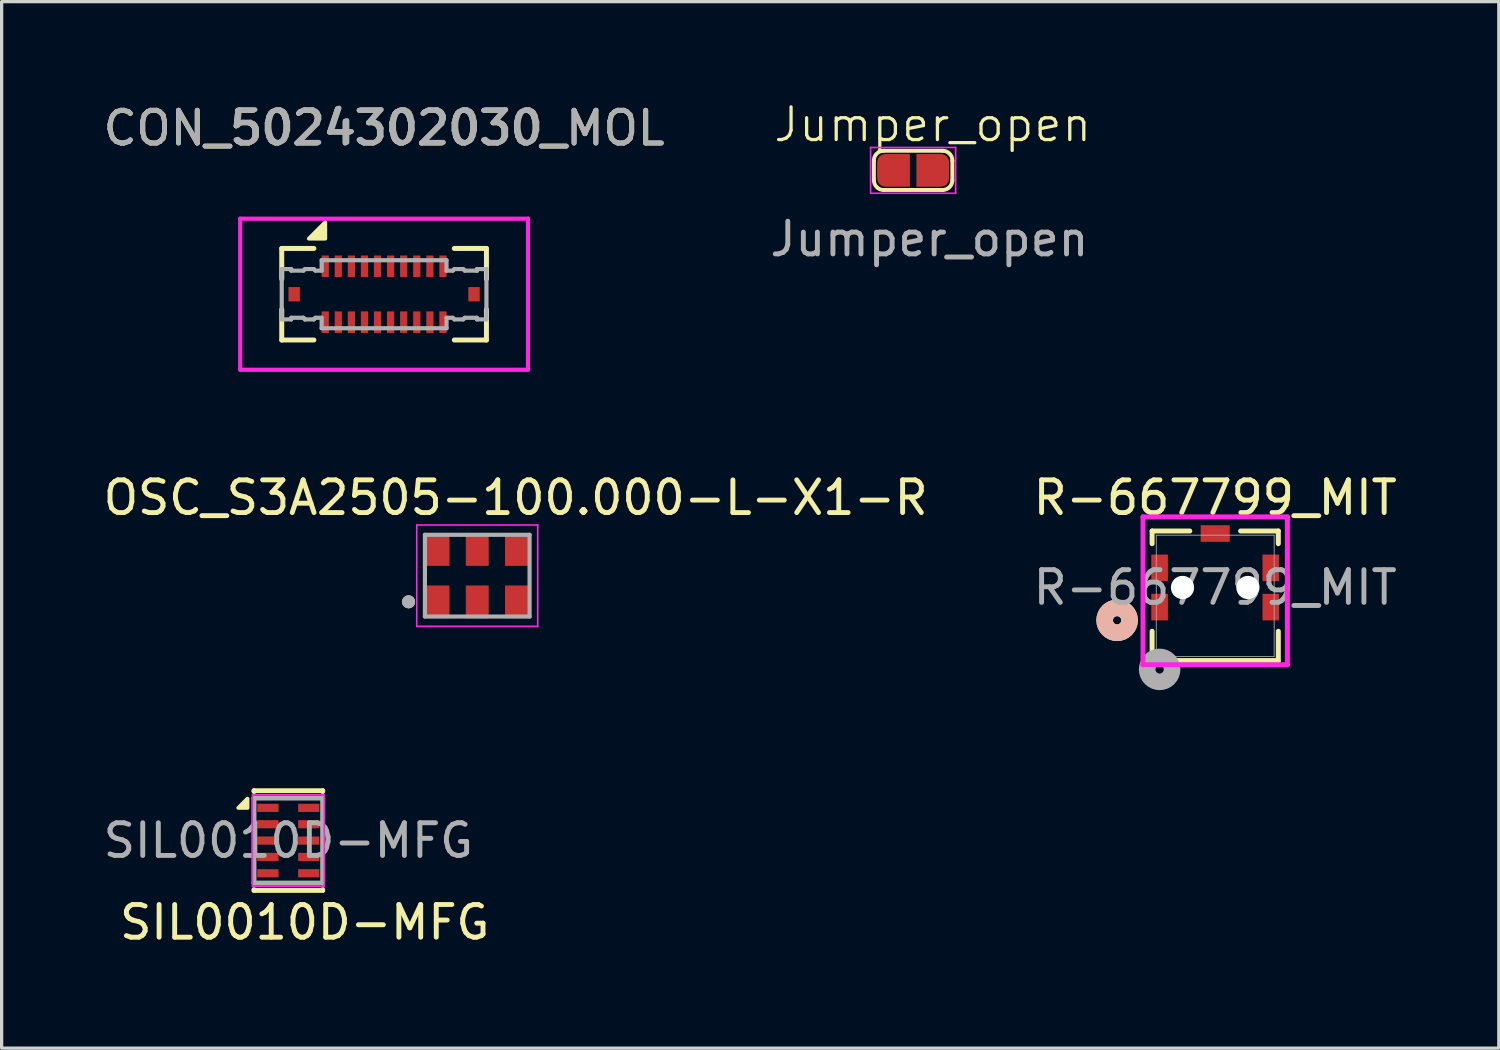
<source format=kicad_pcb>
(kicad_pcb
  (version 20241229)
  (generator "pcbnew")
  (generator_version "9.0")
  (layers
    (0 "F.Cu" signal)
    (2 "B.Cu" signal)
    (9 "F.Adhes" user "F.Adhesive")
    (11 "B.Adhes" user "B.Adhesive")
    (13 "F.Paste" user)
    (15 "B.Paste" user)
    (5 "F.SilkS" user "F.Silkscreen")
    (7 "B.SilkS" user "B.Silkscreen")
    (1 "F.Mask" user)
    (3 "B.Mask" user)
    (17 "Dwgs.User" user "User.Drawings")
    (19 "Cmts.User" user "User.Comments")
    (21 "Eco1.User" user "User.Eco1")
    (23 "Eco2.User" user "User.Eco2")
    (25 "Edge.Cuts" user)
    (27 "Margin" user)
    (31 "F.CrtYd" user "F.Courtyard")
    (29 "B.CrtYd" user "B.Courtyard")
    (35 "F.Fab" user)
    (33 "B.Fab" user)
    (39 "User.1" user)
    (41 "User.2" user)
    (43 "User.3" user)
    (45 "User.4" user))
  (footprint "Jumper_open"
    (layer "F.Cu")
    (at 24.875 2.16)
    (property "Reference" "Jumper_open" (at 0.6 -1.4 0) (unlocked yes) (layer "F.SilkS") (effects (font (size 1 1) (thickness 0.1))))
    (attr smd)
    (fp_rect (start -0.1 -0.5) (end 0.1 0.5) (stroke (width 0.01) (type solid)) (fill yes) (layer "F.Mask"))
    (fp_line (start -1.2 0.3) (end -1.2 -0.3) (stroke (width 0.12) (type solid)) (layer "F.SilkS"))
    (fp_line (start -0.9 -0.6) (end 0.9 -0.6) (stroke (width 0.12) (type solid)) (layer "F.SilkS"))
    (fp_line (start -0.9 0.6) (end 0.9 0.6) (stroke (width 0.12) (type solid)) (layer "F.SilkS"))
    (fp_line (start 1.2 -0.3) (end 1.2 0.3) (stroke (width 0.12) (type solid)) (layer "F.SilkS"))
    (fp_arc (start -1.2 -0.3) (mid -1.112132 -0.512132) (end -0.9 -0.6) (stroke (width 0.12) (type solid)) (layer "F.SilkS"))
    (fp_arc (start -0.9 0.6) (mid -1.112132 0.512132) (end -1.2 0.3) (stroke (width 0.12) (type solid)) (layer "F.SilkS"))
    (fp_arc (start 0.9 -0.6) (mid 1.112132 -0.512132) (end 1.2 -0.3) (stroke (width 0.12) (type solid)) (layer "F.SilkS"))
    (fp_arc (start 1.2 0.3) (mid 1.112132 0.512132) (end 0.9 0.6) (stroke (width 0.12) (type solid)) (layer "F.SilkS"))
    (fp_line (start -1.3 -0.7) (end -1.3 0.7) (stroke (width 0.05) (type solid)) (layer "F.CrtYd"))
    (fp_line (start -1.3 -0.7) (end 1.3 -0.7) (stroke (width 0.05) (type solid)) (layer "F.CrtYd"))
    (fp_line (start 1.3 0.7) (end -1.3 0.7) (stroke (width 0.05) (type solid)) (layer "F.CrtYd"))
    (fp_line (start 1.3 0.7) (end 1.3 -0.7) (stroke (width 0.05) (type solid)) (layer "F.CrtYd"))
    (fp_text user "${REFERENCE}" (at 0.5 2.1 0) (unlocked yes) (layer "F.Fab") (effects (font (size 1 1) (thickness 0.15))))
    (pad "1" smd roundrect (at -0.6 0) (size 1 1) (layers "F.Cu" "F.Mask") (roundrect_rratio 0.25) (chamfer_ratio 0) (chamfer top_right bottom_right))
    (pad "2" smd roundrect (at 0.6 0 180) (size 1 1) (layers "F.Cu" "F.Mask") (roundrect_rratio 0.25) (chamfer_ratio 0) (chamfer top_right bottom_right)))
  (footprint "SIL0010D-MFG"
    (layer "F.Cu")
    (at 5.768 22.656)
    (property "Reference" "SIL0010D-MFG" (at 0.5 2.5 0) (unlocked yes) (layer "F.SilkS") (effects (font (size 1 1) (thickness 0.15))))
    (attr smd)
    (fp_line (start -1.05 -1.525) (end 1.05 -1.525) (stroke (width 0.15) (type solid)) (layer "F.SilkS"))
    (fp_line (start -1.05 -1.5) (end -1.05 -1.525) (stroke (width 0.15) (type solid)) (layer "F.SilkS"))
    (fp_line (start -1.05 1.525) (end -1.05 1.5) (stroke (width 0.15) (type solid)) (layer "F.SilkS"))
    (fp_line (start -1.05 1.525) (end 1.05 1.525) (stroke (width 0.15) (type solid)) (layer "F.SilkS"))
    (fp_line (start 1.05 -1.5) (end 1.05 -1.525) (stroke (width 0.15) (type solid)) (layer "F.SilkS"))
    (fp_line (start 1.05 1.525) (end 1.05 1.5) (stroke (width 0.15) (type solid)) (layer "F.SilkS"))
    (fp_poly (pts (xy -1.25 -1) (xy -1.53 -1) (xy -1.25 -1.28) (xy -1.25 -1)) (stroke (width 0.12) (type solid)) (fill yes) (layer "F.SilkS"))
    (fp_rect (start -1.1 -1.4) (end 1.1 1.4) (stroke (width 0.05) (type default)) (fill no) (layer "F.CrtYd"))
    (fp_line (start -1.05 -1.3) (end 1.05 -1.3) (stroke (width 0.15) (type solid)) (layer "F.Fab"))
    (fp_line (start -1.05 1.3) (end -1.05 -1.3) (stroke (width 0.15) (type solid)) (layer "F.Fab"))
    (fp_line (start -1.05 1.3) (end 1.05 1.3) (stroke (width 0.15) (type solid)) (layer "F.Fab"))
    (fp_line (start 1.05 1.3) (end 1.05 -1.3) (stroke (width 0.15) (type solid)) (layer "F.Fab"))
    (fp_text user "${REFERENCE}" (at 0 0 0) (unlocked yes) (layer "F.Fab") (effects (font (size 1 1) (thickness 0.15))))
    (pad "1" smd rect (at -0.625 -1) (size 0.65 0.25) (layers "F.Cu" "F.Mask" "F.Paste"))
    (pad "2" smd rect (at -0.625 -0.5) (size 0.65 0.25) (layers "F.Cu" "F.Mask" "F.Paste"))
    (pad "3" smd rect (at -0.625 0) (size 0.65 0.25) (layers "F.Cu" "F.Mask" "F.Paste"))
    (pad "4" smd rect (at -0.625 0.5) (size 0.65 0.25) (layers "F.Cu" "F.Mask" "F.Paste"))
    (pad "5" smd rect (at -0.625 1) (size 0.65 0.25) (layers "F.Cu" "F.Mask" "F.Paste"))
    (pad "6" smd rect (at 0.625 1) (size 0.65 0.25) (layers "F.Cu" "F.Mask" "F.Paste"))
    (pad "7" smd rect (at 0.625 0.5) (size 0.65 0.25) (layers "F.Cu" "F.Mask" "F.Paste"))
    (pad "8" smd rect (at 0.625 0) (size 0.65 0.25) (layers "F.Cu" "F.Mask" "F.Paste"))
    (pad "9" smd rect (at 0.625 -0.5) (size 0.65 0.25) (layers "F.Cu" "F.Mask" "F.Paste"))
    (pad "10" smd rect (at 0.625 -1) (size 0.65 0.25) (layers "F.Cu" "F.Mask" "F.Paste")))
  (footprint "CON_5024302030_MOL"
    (layer "F.Cu")
    (at 8.696 5.948)
    (property "Reference" "CON_5024302030_MOL" (at 0 -5.08 0) (unlocked yes) (layer "F.SilkS") (effects (font (size 1 1) (thickness 0.15))))
    (attr smd)
    (fp_line (start -3.13 -1.4) (end -2.147 -1.4) (stroke (width 0.152) (type solid)) (layer "F.SilkS"))
    (fp_line (start -3.13 -0.466) (end -3.13 -1.4) (stroke (width 0.152) (type solid)) (layer "F.SilkS"))
    (fp_line (start -3.13 1.4) (end -3.13 0.466) (stroke (width 0.152) (type solid)) (layer "F.SilkS"))
    (fp_line (start -2.147 1.4) (end -3.13 1.4) (stroke (width 0.152) (type solid)) (layer "F.SilkS"))
    (fp_line (start 2.147 -1.4) (end 3.13 -1.4) (stroke (width 0.152) (type solid)) (layer "F.SilkS"))
    (fp_line (start 3.13 -1.4) (end 3.13 -0.466) (stroke (width 0.152) (type solid)) (layer "F.SilkS"))
    (fp_line (start 3.13 0.466) (end 3.13 1.4) (stroke (width 0.152) (type solid)) (layer "F.SilkS"))
    (fp_line (start 3.13 1.4) (end 2.147 1.4) (stroke (width 0.152) (type solid)) (layer "F.SilkS"))
    (fp_poly (pts (xy -1.8 -1.7) (xy -2.3 -1.7) (xy -1.8 -2.2) (xy -1.8 -1.7)) (stroke (width 0.12) (type solid)) (fill yes) (layer "F.SilkS"))
    (fp_line (start -4.4 -2.31) (end -4.4 2.31) (stroke (width 0.127) (type solid)) (layer "F.CrtYd"))
    (fp_line (start -4.4 2.31) (end 4.4 2.31) (stroke (width 0.127) (type solid)) (layer "F.CrtYd"))
    (fp_line (start 4.4 -2.31) (end -4.4 -2.31) (stroke (width 0.127) (type solid)) (layer "F.CrtYd"))
    (fp_line (start 4.4 2.31) (end 4.4 -2.31) (stroke (width 0.127) (type solid)) (layer "F.CrtYd"))
    (fp_line (start -3.13 -0.77) (end -2.84 -0.77) (stroke (width 0.127) (type solid)) (layer "F.Fab"))
    (fp_line (start -3.13 0.77) (end -3.13 -0.77) (stroke (width 0.127) (type solid)) (layer "F.Fab"))
    (fp_line (start -2.841 0.72) (end -2.841 0.77) (stroke (width 0.127) (type solid)) (layer "F.Fab"))
    (fp_line (start -2.841 0.77) (end -3.13 0.77) (stroke (width 0.127) (type solid)) (layer "F.Fab"))
    (fp_line (start -2.84 -0.77) (end -2.84 -0.72) (stroke (width 0.127) (type solid)) (layer "F.Fab"))
    (fp_line (start -2.84 -0.72) (end -2.469 -0.72) (stroke (width 0.127) (type solid)) (layer "F.Fab"))
    (fp_line (start -2.47 0.72) (end -2.841 0.72) (stroke (width 0.127) (type solid)) (layer "F.Fab"))
    (fp_line (start -2.469 -0.72) (end -2.419 -0.77) (stroke (width 0.127) (type solid)) (layer "F.Fab"))
    (fp_line (start -2.42 0.77) (end -2.47 0.72) (stroke (width 0.127) (type solid)) (layer "F.Fab"))
    (fp_line (start -2.42 0.77) (end -2.47 0.72) (stroke (width 0.127) (type solid)) (layer "F.Fab"))
    (fp_line (start -2.419 -0.77) (end -2.149 -0.77) (stroke (width 0.127) (type solid)) (layer "F.Fab"))
    (fp_line (start -2.15 0.77) (end -2.42 0.77) (stroke (width 0.127) (type solid)) (layer "F.Fab"))
    (fp_line (start -2.149 -0.77) (end -2.099 -0.72) (stroke (width 0.127) (type solid)) (layer "F.Fab"))
    (fp_line (start -2.1 0.72) (end -2.15 0.77) (stroke (width 0.127) (type solid)) (layer "F.Fab"))
    (fp_line (start -2.099 -0.72) (end -1.909 -0.72) (stroke (width 0.127) (type solid)) (layer "F.Fab"))
    (fp_line (start -1.91 0.72) (end -2.1 0.72) (stroke (width 0.127) (type solid)) (layer "F.Fab"))
    (fp_line (start -1.91 1.04) (end -1.91 0.72) (stroke (width 0.127) (type solid)) (layer "F.Fab"))
    (fp_line (start -1.909 -1.04) (end 1.909 -1.04) (stroke (width 0.127) (type solid)) (layer "F.Fab"))
    (fp_line (start -1.909 -0.72) (end -1.909 -1.04) (stroke (width 0.127) (type solid)) (layer "F.Fab"))
    (fp_line (start 1.909 -1.04) (end 1.909 -0.72) (stroke (width 0.127) (type solid)) (layer "F.Fab"))
    (fp_line (start 1.909 -0.72) (end 2.099 -0.72) (stroke (width 0.127) (type solid)) (layer "F.Fab"))
    (fp_line (start 1.91 0.72) (end 1.91 1.04) (stroke (width 0.127) (type solid)) (layer "F.Fab"))
    (fp_line (start 1.91 1.04) (end -1.91 1.04) (stroke (width 0.127) (type solid)) (layer "F.Fab"))
    (fp_line (start 2.099 -0.72) (end 2.149 -0.77) (stroke (width 0.127) (type solid)) (layer "F.Fab"))
    (fp_line (start 2.1 0.72) (end 1.91 0.72) (stroke (width 0.127) (type solid)) (layer "F.Fab"))
    (fp_line (start 2.149 -0.77) (end 2.419 -0.77) (stroke (width 0.127) (type solid)) (layer "F.Fab"))
    (fp_line (start 2.15 0.77) (end 2.1 0.72) (stroke (width 0.127) (type solid)) (layer "F.Fab"))
    (fp_line (start 2.419 -0.77) (end 2.469 -0.72) (stroke (width 0.127) (type solid)) (layer "F.Fab"))
    (fp_line (start 2.42 0.77) (end 2.15 0.77) (stroke (width 0.127) (type solid)) (layer "F.Fab"))
    (fp_line (start 2.469 -0.72) (end 2.84 -0.72) (stroke (width 0.127) (type solid)) (layer "F.Fab"))
    (fp_line (start 2.47 0.72) (end 2.42 0.77) (stroke (width 0.127) (type solid)) (layer "F.Fab"))
    (fp_line (start 2.84 -0.77) (end 3.13 -0.77) (stroke (width 0.127) (type solid)) (layer "F.Fab"))
    (fp_line (start 2.84 -0.72) (end 2.84 -0.77) (stroke (width 0.127) (type solid)) (layer "F.Fab"))
    (fp_line (start 2.84 -0.72) (end 2.84 -0.72) (stroke (width 0.127) (type solid)) (layer "F.Fab"))
    (fp_line (start 2.84 0.72) (end 2.47 0.72) (stroke (width 0.127) (type solid)) (layer "F.Fab"))
    (fp_line (start 2.84 0.77) (end 2.84 0.72) (stroke (width 0.127) (type solid)) (layer "F.Fab"))
    (fp_line (start 3.13 -0.77) (end 3.13 0.77) (stroke (width 0.127) (type solid)) (layer "F.Fab"))
    (fp_line (start 3.13 0.77) (end 2.84 0.77) (stroke (width 0.127) (type solid)) (layer "F.Fab"))
    (fp_text user "${REFERENCE}" (at 0 -5.08 0) (unlocked yes) (layer "F.Fab") (effects (font (size 1 1) (thickness 0.15))))
    (fp_text user "5024302030" (at 0.1 -5.1 0) (unlocked yes) (layer "F.Fab") (effects (font (size 1 1) (thickness 0.15))))
    (pad "1" smd rect (at -1.8 -0.855) (size 0.22 0.66) (layers "F.Cu" "F.Mask" "F.Paste"))
    (pad "2" smd rect (at -1.4 -0.855) (size 0.22 0.66) (layers "F.Cu" "F.Mask" "F.Paste"))
    (pad "3" smd rect (at -1 -0.855) (size 0.22 0.66) (layers "F.Cu" "F.Mask" "F.Paste"))
    (pad "4" smd rect (at -0.6 -0.855) (size 0.22 0.66) (layers "F.Cu" "F.Mask" "F.Paste"))
    (pad "5" smd rect (at -0.2 -0.855) (size 0.22 0.66) (layers "F.Cu" "F.Mask" "F.Paste"))
    (pad "6" smd rect (at 0.2 -0.855) (size 0.22 0.66) (layers "F.Cu" "F.Mask" "F.Paste"))
    (pad "7" smd rect (at 0.6 -0.855) (size 0.22 0.66) (layers "F.Cu" "F.Mask" "F.Paste"))
    (pad "8" smd rect (at 1 -0.855) (size 0.22 0.66) (layers "F.Cu" "F.Mask" "F.Paste"))
    (pad "9" smd rect (at 1.4 -0.855) (size 0.22 0.66) (layers "F.Cu" "F.Mask" "F.Paste"))
    (pad "10" smd rect (at 1.8 -0.855) (size 0.22 0.66) (layers "F.Cu" "F.Mask" "F.Paste"))
    (pad "11" smd rect (at -1.8 0.855) (size 0.22 0.66) (layers "F.Cu" "F.Mask" "F.Paste"))
    (pad "12" smd rect (at -1.4 0.855) (size 0.22 0.66) (layers "F.Cu" "F.Mask" "F.Paste"))
    (pad "13" smd rect (at -1 0.855) (size 0.22 0.66) (layers "F.Cu" "F.Mask" "F.Paste"))
    (pad "14" smd rect (at -0.6 0.855) (size 0.22 0.66) (layers "F.Cu" "F.Mask" "F.Paste"))
    (pad "15" smd rect (at -0.2 0.855) (size 0.22 0.66) (layers "F.Cu" "F.Mask" "F.Paste"))
    (pad "16" smd rect (at 0.2 0.855) (size 0.22 0.66) (layers "F.Cu" "F.Mask" "F.Paste"))
    (pad "17" smd rect (at 0.6 0.855) (size 0.22 0.66) (layers "F.Cu" "F.Mask" "F.Paste"))
    (pad "18" smd rect (at 1 0.855) (size 0.22 0.66) (layers "F.Cu" "F.Mask" "F.Paste"))
    (pad "19" smd rect (at 1.4 0.855) (size 0.22 0.66) (layers "F.Cu" "F.Mask" "F.Paste"))
    (pad "20" smd rect (at 1.8 0.855) (size 0.22 0.66) (layers "F.Cu" "F.Mask" "F.Paste"))
    (pad "MP" smd rect (at -2.75 0) (size 0.35 0.44) (layers "F.Cu" "F.Mask" "F.Paste"))
    (pad "MP" smd rect (at 2.75 0) (size 0.35 0.44) (layers "F.Cu" "F.Mask" "F.Paste")))
  (footprint "OSC_S3A2505-100.000-L-X1-R"
    (layer "F.Cu")
    (at 11.545 14.555)
    (property "Reference" "OSC_S3A2505-100.000-L-X1-R" (at 1.175 -2.385 0) (layer "F.SilkS") (effects (font (size 1 1) (thickness 0.15))))
    (attr smd)
    (fp_circle (center -2.1 0.8) (end -2 0.8) (stroke (width 0.2) (type solid)) (fill no) (layer "F.SilkS"))
    (fp_line (start -1.85 -1.55) (end 1.85 -1.55) (stroke (width 0.05) (type solid)) (layer "F.CrtYd"))
    (fp_line (start -1.85 1.55) (end -1.85 -1.55) (stroke (width 0.05) (type solid)) (layer "F.CrtYd"))
    (fp_line (start -1.85 1.55) (end 1.85 1.55) (stroke (width 0.05) (type solid)) (layer "F.CrtYd"))
    (fp_line (start 1.85 -1.55) (end 1.85 1.55) (stroke (width 0.05) (type solid)) (layer "F.CrtYd"))
    (fp_line (start -1.6 -1.25) (end 1.6 -1.25) (stroke (width 0.127) (type solid)) (layer "F.Fab"))
    (fp_line (start -1.6 1.25) (end -1.6 -1.25) (stroke (width 0.127) (type solid)) (layer "F.Fab"))
    (fp_line (start -1.6 1.25) (end 1.6 1.25) (stroke (width 0.127) (type solid)) (layer "F.Fab"))
    (fp_line (start 1.6 -1.25) (end 1.6 1.25) (stroke (width 0.127) (type solid)) (layer "F.Fab"))
    (fp_circle (center -2.1 0.8) (end -2 0.8) (stroke (width 0.2) (type solid)) (fill no) (layer "F.Fab"))
    (pad "1" smd rect (at -1.2 0.8) (size 0.7 1) (layers "F.Cu" "F.Mask" "F.Paste"))
    (pad "2" smd rect (at 0 0.8) (size 0.7 1) (layers "F.Cu" "F.Mask" "F.Paste"))
    (pad "3" smd rect (at 1.2 0.8) (size 0.7 1) (layers "F.Cu" "F.Mask" "F.Paste"))
    (pad "4" smd rect (at 1.2 -0.8) (size 0.7 1) (layers "F.Cu" "F.Mask" "F.Paste"))
    (pad "5" smd rect (at 0 -0.8) (size 0.7 1) (layers "F.Cu" "F.Mask" "F.Paste"))
    (pad "6" smd rect (at -1.2 -0.8) (size 0.7 1) (layers "F.Cu" "F.Mask" "F.Paste")))
  (footprint "R-667799_MIT"
    (layer "F.Cu")
    (at 34.113 15.17)
    (property "Reference" "R-667799_MIT" (at 0 -3 0) (unlocked yes) (layer "F.SilkS") (effects (font (size 1 1) (thickness 0.15))))
    (attr smd)
    (fp_line (start -1.93 -1.981) (end -1.93 -1.593) (stroke (width 0.152) (type solid)) (layer "F.SilkS"))
    (fp_line (start -1.93 1.085) (end -1.93 1.981) (stroke (width 0.152) (type solid)) (layer "F.SilkS"))
    (fp_line (start -1.93 1.981) (end 1.93 1.981) (stroke (width 0.152) (type solid)) (layer "F.SilkS"))
    (fp_line (start -0.777 -1.981) (end -1.93 -1.981) (stroke (width 0.152) (type solid)) (layer "F.SilkS"))
    (fp_line (start 1.93 -1.981) (end 0.777 -1.981) (stroke (width 0.152) (type solid)) (layer "F.SilkS"))
    (fp_line (start 1.93 -1.593) (end 1.93 -1.981) (stroke (width 0.152) (type solid)) (layer "F.SilkS"))
    (fp_line (start 1.93 1.981) (end 1.93 1.085) (stroke (width 0.152) (type solid)) (layer "F.SilkS"))
    (fp_circle (center -3 0.75) (end -2.619 0.75) (stroke (width 0.508) (type solid)) (fill no) (layer "F.SilkS"))
    (fp_circle (center -3 0.75) (end -2.619 0.75) (stroke (width 0.508) (type solid)) (fill no) (layer "B.SilkS"))
    (fp_line (start -2.208 -2.412) (end -2.208 2.108) (stroke (width 0.152) (type solid)) (layer "F.CrtYd"))
    (fp_line (start -2.208 2.108) (end 2.208 2.108) (stroke (width 0.152) (type solid)) (layer "F.CrtYd"))
    (fp_line (start 2.208 -2.412) (end -2.208 -2.412) (stroke (width 0.152) (type solid)) (layer "F.CrtYd"))
    (fp_line (start 2.208 2.108) (end 2.208 -2.412) (stroke (width 0.152) (type solid)) (layer "F.CrtYd"))
    (fp_line (start -1.803 -1.854) (end -1.803 1.854) (stroke (width 0.025) (type solid)) (layer "F.Fab"))
    (fp_line (start -1.803 1.854) (end 1.803 1.854) (stroke (width 0.025) (type solid)) (layer "F.Fab"))
    (fp_line (start 1.803 -1.854) (end -1.803 -1.854) (stroke (width 0.025) (type solid)) (layer "F.Fab"))
    (fp_line (start 1.803 1.854) (end 1.803 -1.854) (stroke (width 0.025) (type solid)) (layer "F.Fab"))
    (fp_circle (center -1.7 2.251) (end -1.319 2.251) (stroke (width 0.508) (type solid)) (fill no) (layer "F.Fab"))
    (fp_text user "${REFERENCE}" (at 0 -0.254 0) (unlocked yes) (layer "F.Fab") (effects (font (size 1 1) (thickness 0.15))))
    (pad "" np_thru_hole circle (at -1 -0.254) (size 0.711 0.711) (drill 0.711) (layers "*.Cu" "*.Mask"))
    (pad "" np_thru_hole circle (at 1 -0.254) (size 0.711 0.711) (drill 0.711) (layers "*.Cu" "*.Mask"))
    (pad "1" smd rect (at 0 -1.904) (size 0.889 0.508) (layers "F.Cu" "F.Mask" "F.Paste"))
    (pad "1" smd rect (at 1.7 -0.854) (size 0.508 0.813) (layers "F.Cu" "F.Mask" "F.Paste"))
    (pad "1" smd rect (at 1.7 0.346) (size 0.508 0.813) (layers "F.Cu" "F.Mask" "F.Paste"))
    (pad "2" smd rect (at -1.7 -0.854) (size 0.508 0.813) (layers "F.Cu" "F.Mask" "F.Paste"))
    (pad "2" smd rect (at -1.7 0.346) (size 0.508 0.813) (layers "F.Cu" "F.Mask" "F.Paste")))
  (gr_rect
    (start -3 -3)
    (end 42.786 29.004)
    (stroke (width 0.1) (type default))
    (fill no)
    (layer "Edge.Cuts")))
</source>
